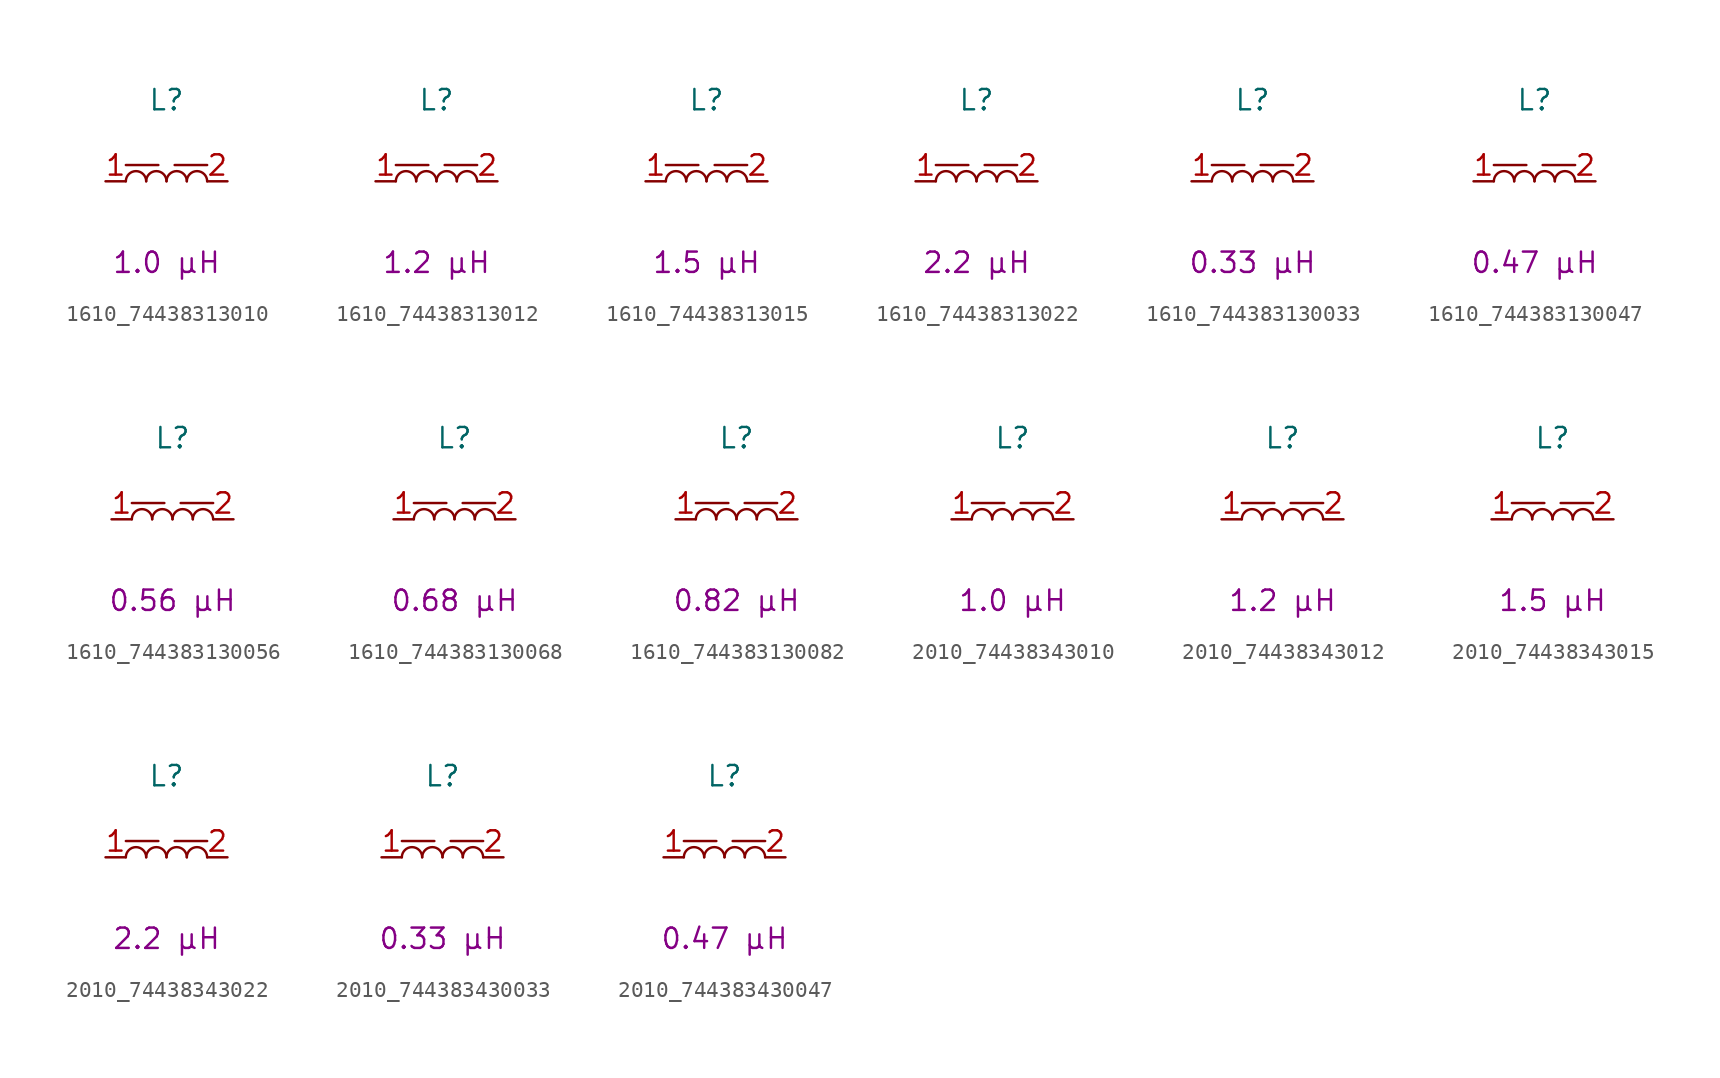
<source format=kicad_sym>
(kicad_symbol_lib
  (version 20220914)
  (generator kicad_symbol_editor)
  (symbol "1610_74438313010"
    (pin_names hide)
    (property "Reference" "L"
      (at 0 5.08 0)
      (effects (font (size 1.27 1.27))))
    (property "Critical Parameter" "1.0 µH"
      (at 0 -5.08 0)
      (effects (font (size 1.27 1.27))))
    (symbol "1610_74438313010_0_1"
      (arc (start -1.27 0) (mid -1.905 0.6323) (end -2.54 0) (stroke (width 0) (type default)) (fill (type none)))
      (arc (start 0 0) (mid -0.635 0.6323) (end -1.27 0) (stroke (width 0) (type default)) (fill (type none)))
      (polyline (pts (xy -2.54 1.016) (xy -0.508 1.016)) (stroke (width 0) (type default)) (fill (type none)))
      (arc (start 1.27 0) (mid 0.635 0.6323) (end 0 0) (stroke (width 0) (type default)) (fill (type none)))
      (arc (start 2.54 0) (mid 1.905 0.6323) (end 1.27 0) (stroke (width 0) (type default)) (fill (type none))))
    (symbol "1610_74438313010_1_1"
      (polyline (pts (xy 2.54 1.016) (xy 0.508 1.016)) (stroke (width 0) (type default)) (fill (type none)))
      (pin passive line (at -3.81 0 0) (length 1.27) (name "1" (effects (font (size 1.27 1.27)))) (number "1" (effects (font (size 1.27 1.27)))))
      (pin passive line (at 3.81 0 180) (length 1.27) (name "2" (effects (font (size 1.27 1.27)))) (number "2" (effects (font (size 1.27 1.27)))))))
  (symbol "1610_74438313012"
    (pin_names hide)
    (property "Reference" "L"
      (at 0 5.08 0)
      (effects (font (size 1.27 1.27))))
    (property "Critical Parameter" "1.2 µH"
      (at 0 -5.08 0)
      (effects (font (size 1.27 1.27))))
    (symbol "1610_74438313012_0_1"
      (arc (start -1.27 0) (mid -1.905 0.6323) (end -2.54 0) (stroke (width 0) (type default)) (fill (type none)))
      (arc (start 0 0) (mid -0.635 0.6323) (end -1.27 0) (stroke (width 0) (type default)) (fill (type none)))
      (polyline (pts (xy -2.54 1.016) (xy -0.508 1.016)) (stroke (width 0) (type default)) (fill (type none)))
      (arc (start 1.27 0) (mid 0.635 0.6323) (end 0 0) (stroke (width 0) (type default)) (fill (type none)))
      (arc (start 2.54 0) (mid 1.905 0.6323) (end 1.27 0) (stroke (width 0) (type default)) (fill (type none))))
    (symbol "1610_74438313012_1_1"
      (polyline (pts (xy 2.54 1.016) (xy 0.508 1.016)) (stroke (width 0) (type default)) (fill (type none)))
      (pin passive line (at -3.81 0 0) (length 1.27) (name "1" (effects (font (size 1.27 1.27)))) (number "1" (effects (font (size 1.27 1.27)))))
      (pin passive line (at 3.81 0 180) (length 1.27) (name "2" (effects (font (size 1.27 1.27)))) (number "2" (effects (font (size 1.27 1.27)))))))
  (symbol "1610_74438313015"
    (pin_names hide)
    (property "Reference" "L"
      (at 0 5.08 0)
      (effects (font (size 1.27 1.27))))
    (property "Critical Parameter" "1.5 µH"
      (at 0 -5.08 0)
      (effects (font (size 1.27 1.27))))
    (symbol "1610_74438313015_0_1"
      (arc (start -1.27 0) (mid -1.905 0.6323) (end -2.54 0) (stroke (width 0) (type default)) (fill (type none)))
      (arc (start 0 0) (mid -0.635 0.6323) (end -1.27 0) (stroke (width 0) (type default)) (fill (type none)))
      (polyline (pts (xy -2.54 1.016) (xy -0.508 1.016)) (stroke (width 0) (type default)) (fill (type none)))
      (arc (start 1.27 0) (mid 0.635 0.6323) (end 0 0) (stroke (width 0) (type default)) (fill (type none)))
      (arc (start 2.54 0) (mid 1.905 0.6323) (end 1.27 0) (stroke (width 0) (type default)) (fill (type none))))
    (symbol "1610_74438313015_1_1"
      (polyline (pts (xy 2.54 1.016) (xy 0.508 1.016)) (stroke (width 0) (type default)) (fill (type none)))
      (pin passive line (at -3.81 0 0) (length 1.27) (name "1" (effects (font (size 1.27 1.27)))) (number "1" (effects (font (size 1.27 1.27)))))
      (pin passive line (at 3.81 0 180) (length 1.27) (name "2" (effects (font (size 1.27 1.27)))) (number "2" (effects (font (size 1.27 1.27)))))))
  (symbol "1610_74438313022"
    (pin_names hide)
    (property "Reference" "L"
      (at 0 5.08 0)
      (effects (font (size 1.27 1.27))))
    (property "Critical Parameter" "2.2 µH"
      (at 0 -5.08 0)
      (effects (font (size 1.27 1.27))))
    (symbol "1610_74438313022_0_1"
      (arc (start -1.27 0) (mid -1.905 0.6323) (end -2.54 0) (stroke (width 0) (type default)) (fill (type none)))
      (arc (start 0 0) (mid -0.635 0.6323) (end -1.27 0) (stroke (width 0) (type default)) (fill (type none)))
      (polyline (pts (xy -2.54 1.016) (xy -0.508 1.016)) (stroke (width 0) (type default)) (fill (type none)))
      (arc (start 1.27 0) (mid 0.635 0.6323) (end 0 0) (stroke (width 0) (type default)) (fill (type none)))
      (arc (start 2.54 0) (mid 1.905 0.6323) (end 1.27 0) (stroke (width 0) (type default)) (fill (type none))))
    (symbol "1610_74438313022_1_1"
      (polyline (pts (xy 2.54 1.016) (xy 0.508 1.016)) (stroke (width 0) (type default)) (fill (type none)))
      (pin passive line (at -3.81 0 0) (length 1.27) (name "1" (effects (font (size 1.27 1.27)))) (number "1" (effects (font (size 1.27 1.27)))))
      (pin passive line (at 3.81 0 180) (length 1.27) (name "2" (effects (font (size 1.27 1.27)))) (number "2" (effects (font (size 1.27 1.27)))))))
  (symbol "1610_744383130033"
    (pin_names hide)
    (property "Reference" "L"
      (at 0 5.08 0)
      (effects (font (size 1.27 1.27))))
    (property "Critical Parameter" "0.33 µH"
      (at 0 -5.08 0)
      (effects (font (size 1.27 1.27))))
    (symbol "1610_744383130033_0_1"
      (arc (start -1.27 0) (mid -1.905 0.6323) (end -2.54 0) (stroke (width 0) (type default)) (fill (type none)))
      (arc (start 0 0) (mid -0.635 0.6323) (end -1.27 0) (stroke (width 0) (type default)) (fill (type none)))
      (polyline (pts (xy -2.54 1.016) (xy -0.508 1.016)) (stroke (width 0) (type default)) (fill (type none)))
      (arc (start 1.27 0) (mid 0.635 0.6323) (end 0 0) (stroke (width 0) (type default)) (fill (type none)))
      (arc (start 2.54 0) (mid 1.905 0.6323) (end 1.27 0) (stroke (width 0) (type default)) (fill (type none))))
    (symbol "1610_744383130033_1_1"
      (polyline (pts (xy 2.54 1.016) (xy 0.508 1.016)) (stroke (width 0) (type default)) (fill (type none)))
      (pin passive line (at -3.81 0 0) (length 1.27) (name "1" (effects (font (size 1.27 1.27)))) (number "1" (effects (font (size 1.27 1.27)))))
      (pin passive line (at 3.81 0 180) (length 1.27) (name "2" (effects (font (size 1.27 1.27)))) (number "2" (effects (font (size 1.27 1.27)))))))
  (symbol "1610_744383130047"
    (pin_names hide)
    (property "Reference" "L"
      (at 0 5.08 0)
      (effects (font (size 1.27 1.27))))
    (property "Critical Parameter" "0.47 µH"
      (at 0 -5.08 0)
      (effects (font (size 1.27 1.27))))
    (symbol "1610_744383130047_0_1"
      (arc (start -1.27 0) (mid -1.905 0.6323) (end -2.54 0) (stroke (width 0) (type default)) (fill (type none)))
      (arc (start 0 0) (mid -0.635 0.6323) (end -1.27 0) (stroke (width 0) (type default)) (fill (type none)))
      (polyline (pts (xy -2.54 1.016) (xy -0.508 1.016)) (stroke (width 0) (type default)) (fill (type none)))
      (arc (start 1.27 0) (mid 0.635 0.6323) (end 0 0) (stroke (width 0) (type default)) (fill (type none)))
      (arc (start 2.54 0) (mid 1.905 0.6323) (end 1.27 0) (stroke (width 0) (type default)) (fill (type none))))
    (symbol "1610_744383130047_1_1"
      (polyline (pts (xy 2.54 1.016) (xy 0.508 1.016)) (stroke (width 0) (type default)) (fill (type none)))
      (pin passive line (at -3.81 0 0) (length 1.27) (name "1" (effects (font (size 1.27 1.27)))) (number "1" (effects (font (size 1.27 1.27)))))
      (pin passive line (at 3.81 0 180) (length 1.27) (name "2" (effects (font (size 1.27 1.27)))) (number "2" (effects (font (size 1.27 1.27)))))))
  (symbol "1610_744383130056"
    (pin_names hide)
    (property "Reference" "L"
      (at 0 5.08 0)
      (effects (font (size 1.27 1.27))))
    (property "Critical Parameter" "0.56 µH"
      (at 0 -5.08 0)
      (effects (font (size 1.27 1.27))))
    (symbol "1610_744383130056_0_1"
      (arc (start -1.27 0) (mid -1.905 0.6323) (end -2.54 0) (stroke (width 0) (type default)) (fill (type none)))
      (arc (start 0 0) (mid -0.635 0.6323) (end -1.27 0) (stroke (width 0) (type default)) (fill (type none)))
      (polyline (pts (xy -2.54 1.016) (xy -0.508 1.016)) (stroke (width 0) (type default)) (fill (type none)))
      (arc (start 1.27 0) (mid 0.635 0.6323) (end 0 0) (stroke (width 0) (type default)) (fill (type none)))
      (arc (start 2.54 0) (mid 1.905 0.6323) (end 1.27 0) (stroke (width 0) (type default)) (fill (type none))))
    (symbol "1610_744383130056_1_1"
      (polyline (pts (xy 2.54 1.016) (xy 0.508 1.016)) (stroke (width 0) (type default)) (fill (type none)))
      (pin passive line (at -3.81 0 0) (length 1.27) (name "1" (effects (font (size 1.27 1.27)))) (number "1" (effects (font (size 1.27 1.27)))))
      (pin passive line (at 3.81 0 180) (length 1.27) (name "2" (effects (font (size 1.27 1.27)))) (number "2" (effects (font (size 1.27 1.27)))))))
  (symbol "1610_744383130068"
    (pin_names hide)
    (property "Reference" "L"
      (at 0 5.08 0)
      (effects (font (size 1.27 1.27))))
    (property "Critical Parameter" "0.68 µH"
      (at 0 -5.08 0)
      (effects (font (size 1.27 1.27))))
    (symbol "1610_744383130068_0_1"
      (arc (start -1.27 0) (mid -1.905 0.6323) (end -2.54 0) (stroke (width 0) (type default)) (fill (type none)))
      (arc (start 0 0) (mid -0.635 0.6323) (end -1.27 0) (stroke (width 0) (type default)) (fill (type none)))
      (polyline (pts (xy -2.54 1.016) (xy -0.508 1.016)) (stroke (width 0) (type default)) (fill (type none)))
      (arc (start 1.27 0) (mid 0.635 0.6323) (end 0 0) (stroke (width 0) (type default)) (fill (type none)))
      (arc (start 2.54 0) (mid 1.905 0.6323) (end 1.27 0) (stroke (width 0) (type default)) (fill (type none))))
    (symbol "1610_744383130068_1_1"
      (polyline (pts (xy 2.54 1.016) (xy 0.508 1.016)) (stroke (width 0) (type default)) (fill (type none)))
      (pin passive line (at -3.81 0 0) (length 1.27) (name "1" (effects (font (size 1.27 1.27)))) (number "1" (effects (font (size 1.27 1.27)))))
      (pin passive line (at 3.81 0 180) (length 1.27) (name "2" (effects (font (size 1.27 1.27)))) (number "2" (effects (font (size 1.27 1.27)))))))
  (symbol "1610_744383130082"
    (pin_names hide)
    (property "Reference" "L"
      (at 0 5.08 0)
      (effects (font (size 1.27 1.27))))
    (property "Critical Parameter" "0.82 µH"
      (at 0 -5.08 0)
      (effects (font (size 1.27 1.27))))
    (symbol "1610_744383130082_0_1"
      (arc (start -1.27 0) (mid -1.905 0.6323) (end -2.54 0) (stroke (width 0) (type default)) (fill (type none)))
      (arc (start 0 0) (mid -0.635 0.6323) (end -1.27 0) (stroke (width 0) (type default)) (fill (type none)))
      (polyline (pts (xy -2.54 1.016) (xy -0.508 1.016)) (stroke (width 0) (type default)) (fill (type none)))
      (arc (start 1.27 0) (mid 0.635 0.6323) (end 0 0) (stroke (width 0) (type default)) (fill (type none)))
      (arc (start 2.54 0) (mid 1.905 0.6323) (end 1.27 0) (stroke (width 0) (type default)) (fill (type none))))
    (symbol "1610_744383130082_1_1"
      (polyline (pts (xy 2.54 1.016) (xy 0.508 1.016)) (stroke (width 0) (type default)) (fill (type none)))
      (pin passive line (at -3.81 0 0) (length 1.27) (name "1" (effects (font (size 1.27 1.27)))) (number "1" (effects (font (size 1.27 1.27)))))
      (pin passive line (at 3.81 0 180) (length 1.27) (name "2" (effects (font (size 1.27 1.27)))) (number "2" (effects (font (size 1.27 1.27)))))))
  (symbol "2010_74438343010"
    (pin_names hide)
    (property "Reference" "L"
      (at 0 5.08 0)
      (effects (font (size 1.27 1.27))))
    (property "Critical Parameter" "1.0 µH"
      (at 0 -5.08 0)
      (effects (font (size 1.27 1.27))))
    (symbol "2010_74438343010_0_1"
      (arc (start -1.27 0) (mid -1.905 0.6323) (end -2.54 0) (stroke (width 0) (type default)) (fill (type none)))
      (arc (start 0 0) (mid -0.635 0.6323) (end -1.27 0) (stroke (width 0) (type default)) (fill (type none)))
      (polyline (pts (xy -2.54 1.016) (xy -0.508 1.016)) (stroke (width 0) (type default)) (fill (type none)))
      (arc (start 1.27 0) (mid 0.635 0.6323) (end 0 0) (stroke (width 0) (type default)) (fill (type none)))
      (arc (start 2.54 0) (mid 1.905 0.6323) (end 1.27 0) (stroke (width 0) (type default)) (fill (type none))))
    (symbol "2010_74438343010_1_1"
      (polyline (pts (xy 2.54 1.016) (xy 0.508 1.016)) (stroke (width 0) (type default)) (fill (type none)))
      (pin passive line (at -3.81 0 0) (length 1.27) (name "1" (effects (font (size 1.27 1.27)))) (number "1" (effects (font (size 1.27 1.27)))))
      (pin passive line (at 3.81 0 180) (length 1.27) (name "2" (effects (font (size 1.27 1.27)))) (number "2" (effects (font (size 1.27 1.27)))))))
  (symbol "2010_74438343012"
    (pin_names hide)
    (property "Reference" "L"
      (at 0 5.08 0)
      (effects (font (size 1.27 1.27))))
    (property "Critical Parameter" "1.2 µH"
      (at 0 -5.08 0)
      (effects (font (size 1.27 1.27))))
    (symbol "2010_74438343012_0_1"
      (arc (start -1.27 0) (mid -1.905 0.6323) (end -2.54 0) (stroke (width 0) (type default)) (fill (type none)))
      (arc (start 0 0) (mid -0.635 0.6323) (end -1.27 0) (stroke (width 0) (type default)) (fill (type none)))
      (polyline (pts (xy -2.54 1.016) (xy -0.508 1.016)) (stroke (width 0) (type default)) (fill (type none)))
      (arc (start 1.27 0) (mid 0.635 0.6323) (end 0 0) (stroke (width 0) (type default)) (fill (type none)))
      (arc (start 2.54 0) (mid 1.905 0.6323) (end 1.27 0) (stroke (width 0) (type default)) (fill (type none))))
    (symbol "2010_74438343012_1_1"
      (polyline (pts (xy 2.54 1.016) (xy 0.508 1.016)) (stroke (width 0) (type default)) (fill (type none)))
      (pin passive line (at -3.81 0 0) (length 1.27) (name "1" (effects (font (size 1.27 1.27)))) (number "1" (effects (font (size 1.27 1.27)))))
      (pin passive line (at 3.81 0 180) (length 1.27) (name "2" (effects (font (size 1.27 1.27)))) (number "2" (effects (font (size 1.27 1.27)))))))
  (symbol "2010_74438343015"
    (pin_names hide)
    (property "Reference" "L"
      (at 0 5.08 0)
      (effects (font (size 1.27 1.27))))
    (property "Critical Parameter" "1.5 µH"
      (at 0 -5.08 0)
      (effects (font (size 1.27 1.27))))
    (symbol "2010_74438343015_0_1"
      (arc (start -1.27 0) (mid -1.905 0.6323) (end -2.54 0) (stroke (width 0) (type default)) (fill (type none)))
      (arc (start 0 0) (mid -0.635 0.6323) (end -1.27 0) (stroke (width 0) (type default)) (fill (type none)))
      (polyline (pts (xy -2.54 1.016) (xy -0.508 1.016)) (stroke (width 0) (type default)) (fill (type none)))
      (arc (start 1.27 0) (mid 0.635 0.6323) (end 0 0) (stroke (width 0) (type default)) (fill (type none)))
      (arc (start 2.54 0) (mid 1.905 0.6323) (end 1.27 0) (stroke (width 0) (type default)) (fill (type none))))
    (symbol "2010_74438343015_1_1"
      (polyline (pts (xy 2.54 1.016) (xy 0.508 1.016)) (stroke (width 0) (type default)) (fill (type none)))
      (pin passive line (at -3.81 0 0) (length 1.27) (name "1" (effects (font (size 1.27 1.27)))) (number "1" (effects (font (size 1.27 1.27)))))
      (pin passive line (at 3.81 0 180) (length 1.27) (name "2" (effects (font (size 1.27 1.27)))) (number "2" (effects (font (size 1.27 1.27)))))))
  (symbol "2010_74438343022"
    (pin_names hide)
    (property "Reference" "L"
      (at 0 5.08 0)
      (effects (font (size 1.27 1.27))))
    (property "Critical Parameter" "2.2 µH"
      (at 0 -5.08 0)
      (effects (font (size 1.27 1.27))))
    (symbol "2010_74438343022_0_1"
      (arc (start -1.27 0) (mid -1.905 0.6323) (end -2.54 0) (stroke (width 0) (type default)) (fill (type none)))
      (arc (start 0 0) (mid -0.635 0.6323) (end -1.27 0) (stroke (width 0) (type default)) (fill (type none)))
      (polyline (pts (xy -2.54 1.016) (xy -0.508 1.016)) (stroke (width 0) (type default)) (fill (type none)))
      (arc (start 1.27 0) (mid 0.635 0.6323) (end 0 0) (stroke (width 0) (type default)) (fill (type none)))
      (arc (start 2.54 0) (mid 1.905 0.6323) (end 1.27 0) (stroke (width 0) (type default)) (fill (type none))))
    (symbol "2010_74438343022_1_1"
      (polyline (pts (xy 2.54 1.016) (xy 0.508 1.016)) (stroke (width 0) (type default)) (fill (type none)))
      (pin passive line (at -3.81 0 0) (length 1.27) (name "1" (effects (font (size 1.27 1.27)))) (number "1" (effects (font (size 1.27 1.27)))))
      (pin passive line (at 3.81 0 180) (length 1.27) (name "2" (effects (font (size 1.27 1.27)))) (number "2" (effects (font (size 1.27 1.27)))))))
  (symbol "2010_744383430033"
    (pin_names hide)
    (property "Reference" "L"
      (at 0 5.08 0)
      (effects (font (size 1.27 1.27))))
    (property "Critical Parameter" "0.33 µH"
      (at 0 -5.08 0)
      (effects (font (size 1.27 1.27))))
    (symbol "2010_744383430033_0_1"
      (arc (start -1.27 0) (mid -1.905 0.6323) (end -2.54 0) (stroke (width 0) (type default)) (fill (type none)))
      (arc (start 0 0) (mid -0.635 0.6323) (end -1.27 0) (stroke (width 0) (type default)) (fill (type none)))
      (polyline (pts (xy -2.54 1.016) (xy -0.508 1.016)) (stroke (width 0) (type default)) (fill (type none)))
      (arc (start 1.27 0) (mid 0.635 0.6323) (end 0 0) (stroke (width 0) (type default)) (fill (type none)))
      (arc (start 2.54 0) (mid 1.905 0.6323) (end 1.27 0) (stroke (width 0) (type default)) (fill (type none))))
    (symbol "2010_744383430033_1_1"
      (polyline (pts (xy 2.54 1.016) (xy 0.508 1.016)) (stroke (width 0) (type default)) (fill (type none)))
      (pin passive line (at -3.81 0 0) (length 1.27) (name "1" (effects (font (size 1.27 1.27)))) (number "1" (effects (font (size 1.27 1.27)))))
      (pin passive line (at 3.81 0 180) (length 1.27) (name "2" (effects (font (size 1.27 1.27)))) (number "2" (effects (font (size 1.27 1.27)))))))
  (symbol "2010_744383430047"
    (pin_names hide)
    (property "Reference" "L"
      (at 0 5.08 0)
      (effects (font (size 1.27 1.27))))
    (property "Critical Parameter" "0.47 µH"
      (at 0 -5.08 0)
      (effects (font (size 1.27 1.27))))
    (symbol "2010_744383430047_0_1"
      (arc (start -1.27 0) (mid -1.905 0.6323) (end -2.54 0) (stroke (width 0) (type default)) (fill (type none)))
      (arc (start 0 0) (mid -0.635 0.6323) (end -1.27 0) (stroke (width 0) (type default)) (fill (type none)))
      (polyline (pts (xy -2.54 1.016) (xy -0.508 1.016)) (stroke (width 0) (type default)) (fill (type none)))
      (arc (start 1.27 0) (mid 0.635 0.6323) (end 0 0) (stroke (width 0) (type default)) (fill (type none)))
      (arc (start 2.54 0) (mid 1.905 0.6323) (end 1.27 0) (stroke (width 0) (type default)) (fill (type none))))
    (symbol "2010_744383430047_1_1"
      (polyline (pts (xy 2.54 1.016) (xy 0.508 1.016)) (stroke (width 0) (type default)) (fill (type none)))
      (pin passive line (at -3.81 0 0) (length 1.27) (name "1" (effects (font (size 1.27 1.27)))) (number "1" (effects (font (size 1.27 1.27)))))
      (pin passive line (at 3.81 0 180) (length 1.27) (name "2" (effects (font (size 1.27 1.27)))) (number "2" (effects (font (size 1.27 1.27))))))))
</source>
